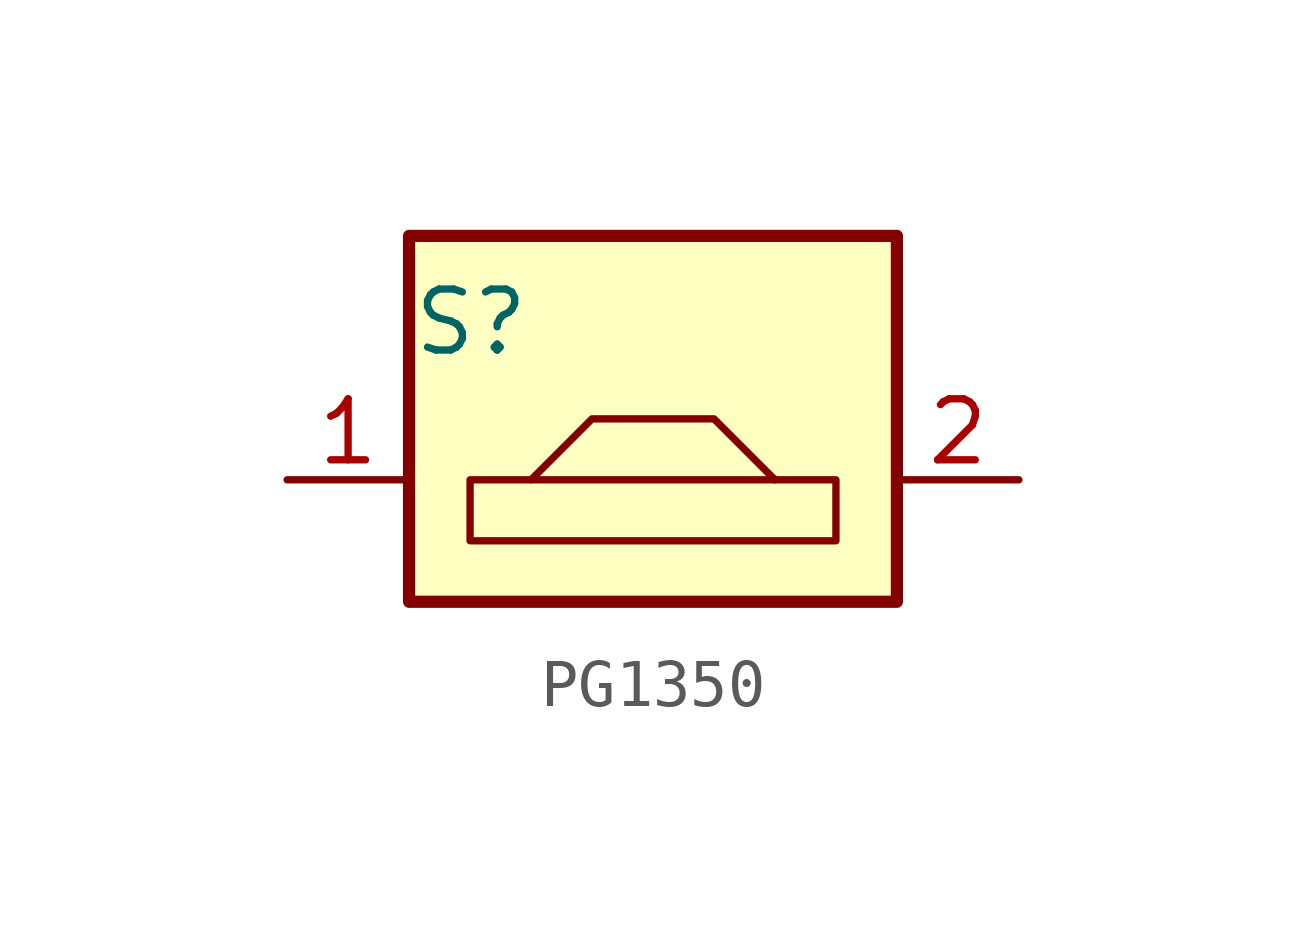
<source format=kicad_sym>
(kicad_symbol_lib
  (version 20220914)
  (generator kicad_symbol_editor)
  (symbol "PG1350"
    (pin_names
      (offset 0.254))
    (property "Reference" "S"
      (at -2.54 2.54 0)
      (effects (font (size 1.27 1.27)) (justify right bottom)))
    (symbol "PG1350_0_1"
      (rectangle (start 5.08 5.08) (end -5.08 -2.54) (stroke (width 0.254) (type default)) (fill (type background))))
    (symbol "PG1350_1_1"
      (polyline (pts (xy -2.54 0) (xy -1.27 1.27) (xy 1.27 1.27) (xy 2.54 0)) (stroke (width 0) (type default)) (fill (type none)))
      (polyline (pts (xy -3.81 -1.27) (xy 3.81 -1.27) (xy 3.81 0) (xy -3.81 0) (xy -3.81 -1.27)) (stroke (width 0) (type default)) (fill (type none)))
      (pin passive line (at -7.62 0 0) (length 2.54) (name "~" (effects (font (size 1.27 1.27)))) (number "1" (effects (font (size 1.27 1.27)))))
      (pin passive line (at 7.62 0 180) (length 2.54) (name "~" (effects (font (size 1.27 1.27)))) (number "2" (effects (font (size 1.27 1.27))))))))
</source>
